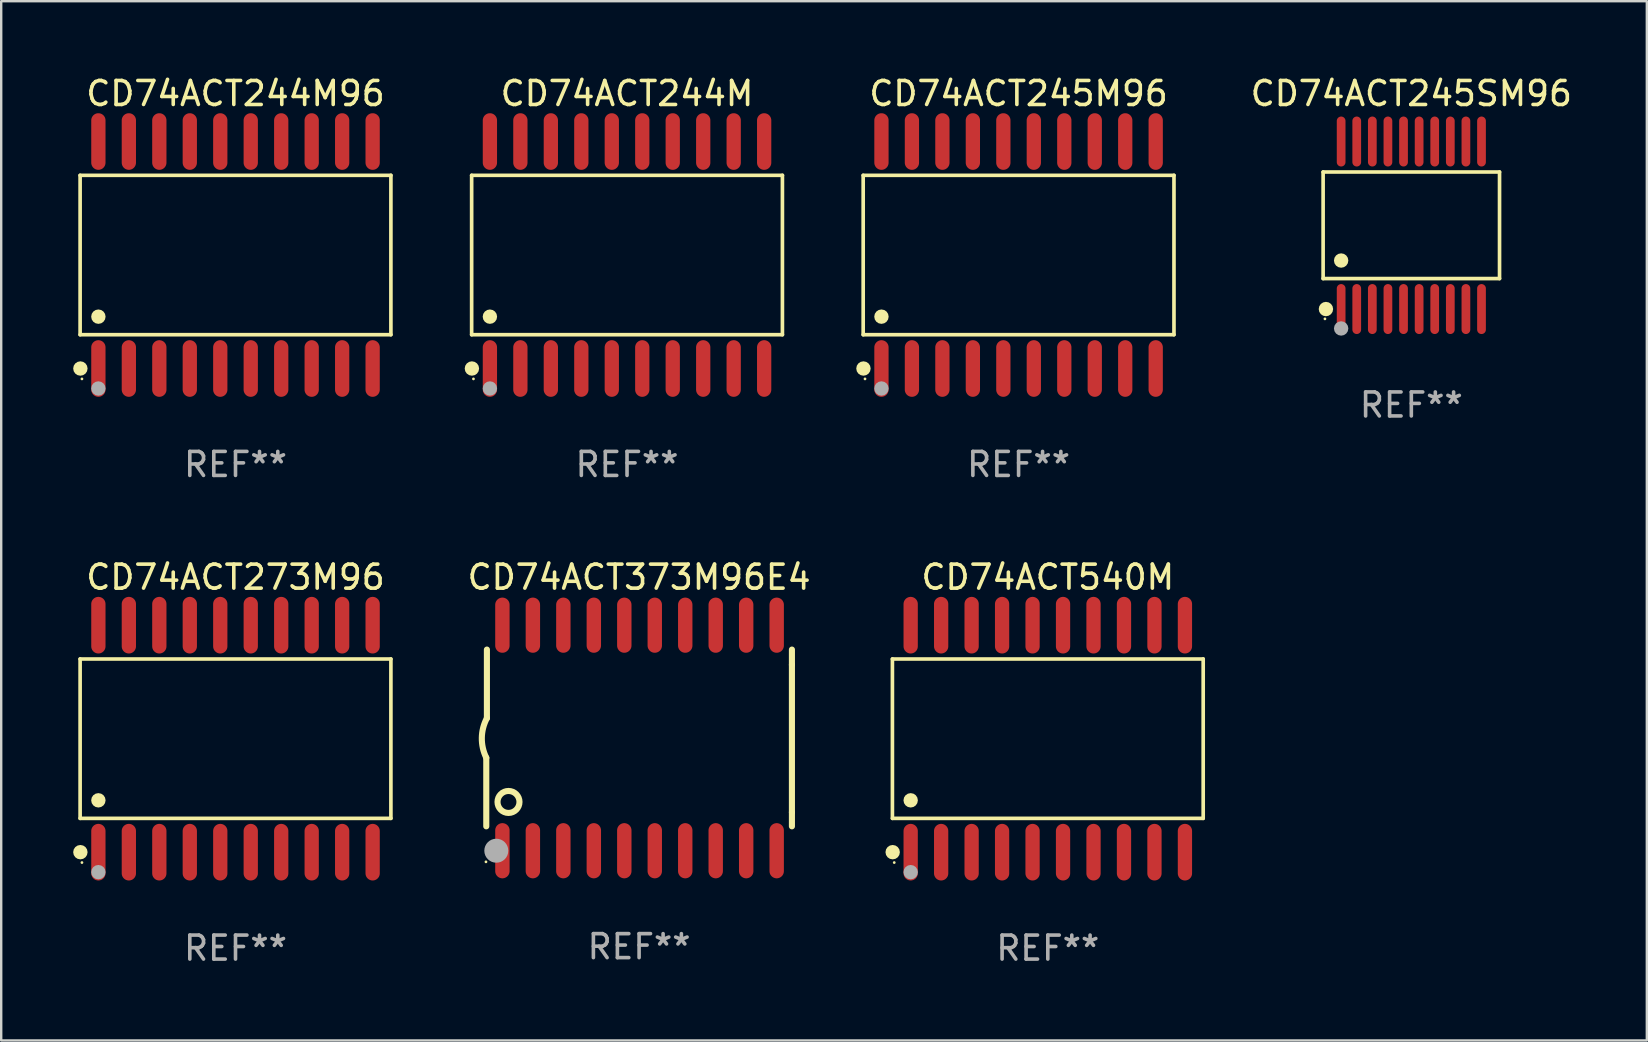
<source format=kicad_pcb>
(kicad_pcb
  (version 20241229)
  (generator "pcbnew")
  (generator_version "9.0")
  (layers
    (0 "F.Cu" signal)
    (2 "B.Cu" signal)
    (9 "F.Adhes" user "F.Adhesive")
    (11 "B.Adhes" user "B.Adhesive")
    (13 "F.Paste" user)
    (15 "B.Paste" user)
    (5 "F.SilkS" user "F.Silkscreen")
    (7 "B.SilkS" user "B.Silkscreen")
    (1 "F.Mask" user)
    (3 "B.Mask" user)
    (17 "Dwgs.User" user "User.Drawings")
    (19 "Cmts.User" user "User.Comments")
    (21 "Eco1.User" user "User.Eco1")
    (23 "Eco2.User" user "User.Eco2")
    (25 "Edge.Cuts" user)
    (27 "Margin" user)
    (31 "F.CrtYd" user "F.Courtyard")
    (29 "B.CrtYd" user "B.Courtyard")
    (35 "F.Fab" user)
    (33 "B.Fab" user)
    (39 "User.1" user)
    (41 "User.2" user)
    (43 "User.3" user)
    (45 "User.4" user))
  (footprint "CD74ACT245M96"
    (layer "F.Cu")
    (at 39.4 7.578)
    (property "Reference" "CD74ACT245M96" (at 0 -6.73 0) (layer "F.SilkS") (effects (font (size 1 1) (thickness 0.15))))
    (attr through_hole)
    (fp_line (start -6.476 -3.321) (end 6.476 -3.321) (stroke (width 0.152) (type solid)) (layer "F.SilkS"))
    (fp_line (start -6.476 3.321) (end -6.476 -3.321) (stroke (width 0.152) (type solid)) (layer "F.SilkS"))
    (fp_line (start 6.476 -3.321) (end 6.476 3.321) (stroke (width 0.152) (type solid)) (layer "F.SilkS"))
    (fp_line (start 6.476 3.321) (end -6.476 3.321) (stroke (width 0.152) (type solid)) (layer "F.SilkS"))
    (fp_circle (center -6.465 4.73) (end -6.315 4.73) (stroke (width 0.3) (type solid)) (fill no) (layer "F.SilkS"))
    (fp_circle (center -6.4 5.163) (end -6.37 5.163) (stroke (width 0.06) (type solid)) (fill no) (layer "F.SilkS"))
    (fp_circle (center -5.715 2.569) (end -5.565 2.569) (stroke (width 0.3) (type solid)) (fill no) (layer "F.SilkS"))
    (fp_circle (center -5.715 5.563) (end -5.565 5.563) (stroke (width 0.3) (type solid)) (fill no) (layer "F.Fab"))
    (fp_text user "REF**" (at 0 8.73 0) (layer "F.Fab") (effects (font (size 1 1) (thickness 0.15))))
    (pad "1" smd oval (at -5.715 4.73) (size 0.595 2.36) (layers "F.Cu" "F.Mask" "F.Paste"))
    (pad "2" smd oval (at -4.445 4.73) (size 0.595 2.36) (layers "F.Cu" "F.Mask" "F.Paste"))
    (pad "3" smd oval (at -3.175 4.73) (size 0.595 2.36) (layers "F.Cu" "F.Mask" "F.Paste"))
    (pad "4" smd oval (at -1.905 4.73) (size 0.595 2.36) (layers "F.Cu" "F.Mask" "F.Paste"))
    (pad "5" smd oval (at -0.635 4.73) (size 0.595 2.36) (layers "F.Cu" "F.Mask" "F.Paste"))
    (pad "6" smd oval (at 0.635 4.73) (size 0.595 2.36) (layers "F.Cu" "F.Mask" "F.Paste"))
    (pad "7" smd oval (at 1.905 4.73) (size 0.595 2.36) (layers "F.Cu" "F.Mask" "F.Paste"))
    (pad "8" smd oval (at 3.175 4.73) (size 0.595 2.36) (layers "F.Cu" "F.Mask" "F.Paste"))
    (pad "9" smd oval (at 4.445 4.73) (size 0.595 2.36) (layers "F.Cu" "F.Mask" "F.Paste"))
    (pad "10" smd oval (at 5.715 4.73) (size 0.595 2.36) (layers "F.Cu" "F.Mask" "F.Paste"))
    (pad "11" smd oval (at 5.715 -4.73) (size 0.595 2.36) (layers "F.Cu" "F.Mask" "F.Paste"))
    (pad "12" smd oval (at 4.445 -4.73) (size 0.595 2.36) (layers "F.Cu" "F.Mask" "F.Paste"))
    (pad "13" smd oval (at 3.175 -4.73) (size 0.595 2.36) (layers "F.Cu" "F.Mask" "F.Paste"))
    (pad "14" smd oval (at 1.905 -4.73) (size 0.595 2.36) (layers "F.Cu" "F.Mask" "F.Paste"))
    (pad "15" smd oval (at 0.635 -4.73) (size 0.595 2.36) (layers "F.Cu" "F.Mask" "F.Paste"))
    (pad "16" smd oval (at -0.635 -4.73) (size 0.595 2.36) (layers "F.Cu" "F.Mask" "F.Paste"))
    (pad "17" smd oval (at -1.905 -4.73) (size 0.595 2.36) (layers "F.Cu" "F.Mask" "F.Paste"))
    (pad "18" smd oval (at -3.175 -4.73) (size 0.595 2.36) (layers "F.Cu" "F.Mask" "F.Paste"))
    (pad "19" smd oval (at -4.445 -4.73) (size 0.595 2.36) (layers "F.Cu" "F.Mask" "F.Paste"))
    (pad "20" smd oval (at -5.715 -4.73) (size 0.595 2.36) (layers "F.Cu" "F.Mask" "F.Paste")))
  (footprint "CD74ACT244M"
    (layer "F.Cu")
    (at 23.082 7.578)
    (property "Reference" "CD74ACT244M" (at 0 -6.73 0) (layer "F.SilkS") (effects (font (size 1 1) (thickness 0.15))))
    (attr through_hole)
    (fp_line (start -6.476 -3.321) (end 6.476 -3.321) (stroke (width 0.152) (type solid)) (layer "F.SilkS"))
    (fp_line (start -6.476 3.321) (end -6.476 -3.321) (stroke (width 0.152) (type solid)) (layer "F.SilkS"))
    (fp_line (start 6.476 -3.321) (end 6.476 3.321) (stroke (width 0.152) (type solid)) (layer "F.SilkS"))
    (fp_line (start 6.476 3.321) (end -6.476 3.321) (stroke (width 0.152) (type solid)) (layer "F.SilkS"))
    (fp_circle (center -6.465 4.73) (end -6.315 4.73) (stroke (width 0.3) (type solid)) (fill no) (layer "F.SilkS"))
    (fp_circle (center -6.4 5.163) (end -6.37 5.163) (stroke (width 0.06) (type solid)) (fill no) (layer "F.SilkS"))
    (fp_circle (center -5.715 2.569) (end -5.565 2.569) (stroke (width 0.3) (type solid)) (fill no) (layer "F.SilkS"))
    (fp_circle (center -5.715 5.563) (end -5.565 5.563) (stroke (width 0.3) (type solid)) (fill no) (layer "F.Fab"))
    (fp_text user "REF**" (at 0 8.73 0) (layer "F.Fab") (effects (font (size 1 1) (thickness 0.15))))
    (pad "1" smd oval (at -5.715 4.73) (size 0.595 2.36) (layers "F.Cu" "F.Mask" "F.Paste"))
    (pad "2" smd oval (at -4.445 4.73) (size 0.595 2.36) (layers "F.Cu" "F.Mask" "F.Paste"))
    (pad "3" smd oval (at -3.175 4.73) (size 0.595 2.36) (layers "F.Cu" "F.Mask" "F.Paste"))
    (pad "4" smd oval (at -1.905 4.73) (size 0.595 2.36) (layers "F.Cu" "F.Mask" "F.Paste"))
    (pad "5" smd oval (at -0.635 4.73) (size 0.595 2.36) (layers "F.Cu" "F.Mask" "F.Paste"))
    (pad "6" smd oval (at 0.635 4.73) (size 0.595 2.36) (layers "F.Cu" "F.Mask" "F.Paste"))
    (pad "7" smd oval (at 1.905 4.73) (size 0.595 2.36) (layers "F.Cu" "F.Mask" "F.Paste"))
    (pad "8" smd oval (at 3.175 4.73) (size 0.595 2.36) (layers "F.Cu" "F.Mask" "F.Paste"))
    (pad "9" smd oval (at 4.445 4.73) (size 0.595 2.36) (layers "F.Cu" "F.Mask" "F.Paste"))
    (pad "10" smd oval (at 5.715 4.73) (size 0.595 2.36) (layers "F.Cu" "F.Mask" "F.Paste"))
    (pad "11" smd oval (at 5.715 -4.73) (size 0.595 2.36) (layers "F.Cu" "F.Mask" "F.Paste"))
    (pad "12" smd oval (at 4.445 -4.73) (size 0.595 2.36) (layers "F.Cu" "F.Mask" "F.Paste"))
    (pad "13" smd oval (at 3.175 -4.73) (size 0.595 2.36) (layers "F.Cu" "F.Mask" "F.Paste"))
    (pad "14" smd oval (at 1.905 -4.73) (size 0.595 2.36) (layers "F.Cu" "F.Mask" "F.Paste"))
    (pad "15" smd oval (at 0.635 -4.73) (size 0.595 2.36) (layers "F.Cu" "F.Mask" "F.Paste"))
    (pad "16" smd oval (at -0.635 -4.73) (size 0.595 2.36) (layers "F.Cu" "F.Mask" "F.Paste"))
    (pad "17" smd oval (at -1.905 -4.73) (size 0.595 2.36) (layers "F.Cu" "F.Mask" "F.Paste"))
    (pad "18" smd oval (at -3.175 -4.73) (size 0.595 2.36) (layers "F.Cu" "F.Mask" "F.Paste"))
    (pad "19" smd oval (at -4.445 -4.73) (size 0.595 2.36) (layers "F.Cu" "F.Mask" "F.Paste"))
    (pad "20" smd oval (at -5.715 -4.73) (size 0.595 2.36) (layers "F.Cu" "F.Mask" "F.Paste")))
  (footprint "CD74ACT244M96"
    (layer "F.Cu")
    (at 6.765 7.578)
    (property "Reference" "CD74ACT244M96" (at 0 -6.73 0) (layer "F.SilkS") (effects (font (size 1 1) (thickness 0.15))))
    (attr through_hole)
    (fp_line (start -6.476 -3.321) (end 6.476 -3.321) (stroke (width 0.152) (type solid)) (layer "F.SilkS"))
    (fp_line (start -6.476 3.321) (end -6.476 -3.321) (stroke (width 0.152) (type solid)) (layer "F.SilkS"))
    (fp_line (start 6.476 -3.321) (end 6.476 3.321) (stroke (width 0.152) (type solid)) (layer "F.SilkS"))
    (fp_line (start 6.476 3.321) (end -6.476 3.321) (stroke (width 0.152) (type solid)) (layer "F.SilkS"))
    (fp_circle (center -6.465 4.73) (end -6.315 4.73) (stroke (width 0.3) (type solid)) (fill no) (layer "F.SilkS"))
    (fp_circle (center -6.4 5.163) (end -6.37 5.163) (stroke (width 0.06) (type solid)) (fill no) (layer "F.SilkS"))
    (fp_circle (center -5.715 2.569) (end -5.565 2.569) (stroke (width 0.3) (type solid)) (fill no) (layer "F.SilkS"))
    (fp_circle (center -5.715 5.563) (end -5.565 5.563) (stroke (width 0.3) (type solid)) (fill no) (layer "F.Fab"))
    (fp_text user "REF**" (at 0 8.73 0) (layer "F.Fab") (effects (font (size 1 1) (thickness 0.15))))
    (pad "1" smd oval (at -5.715 4.73) (size 0.595 2.36) (layers "F.Cu" "F.Mask" "F.Paste"))
    (pad "2" smd oval (at -4.445 4.73) (size 0.595 2.36) (layers "F.Cu" "F.Mask" "F.Paste"))
    (pad "3" smd oval (at -3.175 4.73) (size 0.595 2.36) (layers "F.Cu" "F.Mask" "F.Paste"))
    (pad "4" smd oval (at -1.905 4.73) (size 0.595 2.36) (layers "F.Cu" "F.Mask" "F.Paste"))
    (pad "5" smd oval (at -0.635 4.73) (size 0.595 2.36) (layers "F.Cu" "F.Mask" "F.Paste"))
    (pad "6" smd oval (at 0.635 4.73) (size 0.595 2.36) (layers "F.Cu" "F.Mask" "F.Paste"))
    (pad "7" smd oval (at 1.905 4.73) (size 0.595 2.36) (layers "F.Cu" "F.Mask" "F.Paste"))
    (pad "8" smd oval (at 3.175 4.73) (size 0.595 2.36) (layers "F.Cu" "F.Mask" "F.Paste"))
    (pad "9" smd oval (at 4.445 4.73) (size 0.595 2.36) (layers "F.Cu" "F.Mask" "F.Paste"))
    (pad "10" smd oval (at 5.715 4.73) (size 0.595 2.36) (layers "F.Cu" "F.Mask" "F.Paste"))
    (pad "11" smd oval (at 5.715 -4.73) (size 0.595 2.36) (layers "F.Cu" "F.Mask" "F.Paste"))
    (pad "12" smd oval (at 4.445 -4.73) (size 0.595 2.36) (layers "F.Cu" "F.Mask" "F.Paste"))
    (pad "13" smd oval (at 3.175 -4.73) (size 0.595 2.36) (layers "F.Cu" "F.Mask" "F.Paste"))
    (pad "14" smd oval (at 1.905 -4.73) (size 0.595 2.36) (layers "F.Cu" "F.Mask" "F.Paste"))
    (pad "15" smd oval (at 0.635 -4.73) (size 0.595 2.36) (layers "F.Cu" "F.Mask" "F.Paste"))
    (pad "16" smd oval (at -0.635 -4.73) (size 0.595 2.36) (layers "F.Cu" "F.Mask" "F.Paste"))
    (pad "17" smd oval (at -1.905 -4.73) (size 0.595 2.36) (layers "F.Cu" "F.Mask" "F.Paste"))
    (pad "18" smd oval (at -3.175 -4.73) (size 0.595 2.36) (layers "F.Cu" "F.Mask" "F.Paste"))
    (pad "19" smd oval (at -4.445 -4.73) (size 0.595 2.36) (layers "F.Cu" "F.Mask" "F.Paste"))
    (pad "20" smd oval (at -5.715 -4.73) (size 0.595 2.36) (layers "F.Cu" "F.Mask" "F.Paste")))
  (footprint "CD74ACT540M"
    (layer "F.Cu")
    (at 40.618 27.735)
    (property "Reference" "CD74ACT540M" (at 0 -6.73 0) (layer "F.SilkS") (effects (font (size 1 1) (thickness 0.15))))
    (attr through_hole)
    (fp_line (start -6.476 -3.321) (end 6.476 -3.321) (stroke (width 0.152) (type solid)) (layer "F.SilkS"))
    (fp_line (start -6.476 3.321) (end -6.476 -3.321) (stroke (width 0.152) (type solid)) (layer "F.SilkS"))
    (fp_line (start 6.476 -3.321) (end 6.476 3.321) (stroke (width 0.152) (type solid)) (layer "F.SilkS"))
    (fp_line (start 6.476 3.321) (end -6.476 3.321) (stroke (width 0.152) (type solid)) (layer "F.SilkS"))
    (fp_circle (center -6.465 4.73) (end -6.315 4.73) (stroke (width 0.3) (type solid)) (fill no) (layer "F.SilkS"))
    (fp_circle (center -6.4 5.163) (end -6.37 5.163) (stroke (width 0.06) (type solid)) (fill no) (layer "F.SilkS"))
    (fp_circle (center -5.715 2.569) (end -5.565 2.569) (stroke (width 0.3) (type solid)) (fill no) (layer "F.SilkS"))
    (fp_circle (center -5.715 5.563) (end -5.565 5.563) (stroke (width 0.3) (type solid)) (fill no) (layer "F.Fab"))
    (fp_text user "REF**" (at 0 8.73 0) (layer "F.Fab") (effects (font (size 1 1) (thickness 0.15))))
    (pad "1" smd oval (at -5.715 4.73) (size 0.595 2.36) (layers "F.Cu" "F.Mask" "F.Paste"))
    (pad "2" smd oval (at -4.445 4.73) (size 0.595 2.36) (layers "F.Cu" "F.Mask" "F.Paste"))
    (pad "3" smd oval (at -3.175 4.73) (size 0.595 2.36) (layers "F.Cu" "F.Mask" "F.Paste"))
    (pad "4" smd oval (at -1.905 4.73) (size 0.595 2.36) (layers "F.Cu" "F.Mask" "F.Paste"))
    (pad "5" smd oval (at -0.635 4.73) (size 0.595 2.36) (layers "F.Cu" "F.Mask" "F.Paste"))
    (pad "6" smd oval (at 0.635 4.73) (size 0.595 2.36) (layers "F.Cu" "F.Mask" "F.Paste"))
    (pad "7" smd oval (at 1.905 4.73) (size 0.595 2.36) (layers "F.Cu" "F.Mask" "F.Paste"))
    (pad "8" smd oval (at 3.175 4.73) (size 0.595 2.36) (layers "F.Cu" "F.Mask" "F.Paste"))
    (pad "9" smd oval (at 4.445 4.73) (size 0.595 2.36) (layers "F.Cu" "F.Mask" "F.Paste"))
    (pad "10" smd oval (at 5.715 4.73) (size 0.595 2.36) (layers "F.Cu" "F.Mask" "F.Paste"))
    (pad "11" smd oval (at 5.715 -4.73) (size 0.595 2.36) (layers "F.Cu" "F.Mask" "F.Paste"))
    (pad "12" smd oval (at 4.445 -4.73) (size 0.595 2.36) (layers "F.Cu" "F.Mask" "F.Paste"))
    (pad "13" smd oval (at 3.175 -4.73) (size 0.595 2.36) (layers "F.Cu" "F.Mask" "F.Paste"))
    (pad "14" smd oval (at 1.905 -4.73) (size 0.595 2.36) (layers "F.Cu" "F.Mask" "F.Paste"))
    (pad "15" smd oval (at 0.635 -4.73) (size 0.595 2.36) (layers "F.Cu" "F.Mask" "F.Paste"))
    (pad "16" smd oval (at -0.635 -4.73) (size 0.595 2.36) (layers "F.Cu" "F.Mask" "F.Paste"))
    (pad "17" smd oval (at -1.905 -4.73) (size 0.595 2.36) (layers "F.Cu" "F.Mask" "F.Paste"))
    (pad "18" smd oval (at -3.175 -4.73) (size 0.595 2.36) (layers "F.Cu" "F.Mask" "F.Paste"))
    (pad "19" smd oval (at -4.445 -4.73) (size 0.595 2.36) (layers "F.Cu" "F.Mask" "F.Paste"))
    (pad "20" smd oval (at -5.715 -4.73) (size 0.595 2.36) (layers "F.Cu" "F.Mask" "F.Paste")))
  (footprint "CD74ACT373M96E4"
    (layer "F.Cu")
    (at 23.585 27.705)
    (property "Reference" "CD74ACT373M96E4" (at 0 -6.7 0) (layer "F.SilkS") (effects (font (size 1 1) (thickness 0.15))))
    (attr through_hole)
    (fp_line (start -6.369 0.826) (end -6.369 3.683) (stroke (width 0.254) (type solid)) (layer "F.SilkS"))
    (fp_line (start -6.343 -0.825) (end -6.343 -3.683) (stroke (width 0.254) (type solid)) (layer "F.SilkS"))
    (fp_line (start 6.369 -3.048) (end 6.369 -3.683) (stroke (width 0.254) (type solid)) (layer "F.SilkS"))
    (fp_line (start 6.369 -3.048) (end 6.369 3.096) (stroke (width 0.254) (type solid)) (layer "F.SilkS"))
    (fp_line (start 6.369 3.096) (end 6.369 3.683) (stroke (width 0.254) (type solid)) (layer "F.SilkS"))
    (fp_arc (start -6.36853 0.825552) (mid -6.554743 -0.00301) (end -6.343129 -0.825451) (stroke (width 0.254001) (type solid)) (layer "F.SilkS"))
    (fp_circle (center -6.382 5.163) (end -6.352 5.163) (stroke (width 0.06) (type solid)) (fill no) (layer "F.SilkS"))
    (fp_circle (center -5.443 2.667) (end -4.985 2.667) (stroke (width 0.254) (type solid)) (fill no) (layer "F.SilkS"))
    (fp_circle (center -5.951 4.699) (end -5.701 4.699) (stroke (width 0.5) (type solid)) (fill no) (layer "F.Fab"))
    (fp_text user "REF**" (at 0 8.7 0) (layer "F.Fab") (effects (font (size 1 1) (thickness 0.15))))
    (pad "1" smd oval (at -5.697 4.7 180) (size 0.6 2.3) (layers "F.Cu" "F.Mask" "F.Paste"))
    (pad "2" smd oval (at -4.427 4.7 180) (size 0.6 2.3) (layers "F.Cu" "F.Mask" "F.Paste"))
    (pad "3" smd oval (at -3.157 4.7 180) (size 0.6 2.3) (layers "F.Cu" "F.Mask" "F.Paste"))
    (pad "4" smd oval (at -1.887 4.7 180) (size 0.6 2.3) (layers "F.Cu" "F.Mask" "F.Paste"))
    (pad "5" smd oval (at -0.617 4.7 180) (size 0.6 2.3) (layers "F.Cu" "F.Mask" "F.Paste"))
    (pad "6" smd oval (at 0.653 4.7 180) (size 0.6 2.3) (layers "F.Cu" "F.Mask" "F.Paste"))
    (pad "7" smd oval (at 1.923 4.7 180) (size 0.6 2.3) (layers "F.Cu" "F.Mask" "F.Paste"))
    (pad "8" smd oval (at 3.193 4.7 180) (size 0.6 2.3) (layers "F.Cu" "F.Mask" "F.Paste"))
    (pad "9" smd oval (at 4.463 4.7 180) (size 0.6 2.3) (layers "F.Cu" "F.Mask" "F.Paste"))
    (pad "10" smd oval (at 5.734 4.7 180) (size 0.6 2.3) (layers "F.Cu" "F.Mask" "F.Paste"))
    (pad "11" smd oval (at 5.734 -4.7 180) (size 0.6 2.3) (layers "F.Cu" "F.Mask" "F.Paste"))
    (pad "12" smd oval (at 4.463 -4.7 180) (size 0.6 2.3) (layers "F.Cu" "F.Mask" "F.Paste"))
    (pad "13" smd oval (at 3.193 -4.7 180) (size 0.6 2.3) (layers "F.Cu" "F.Mask" "F.Paste"))
    (pad "14" smd oval (at 1.923 -4.7 180) (size 0.6 2.3) (layers "F.Cu" "F.Mask" "F.Paste"))
    (pad "15" smd oval (at 0.653 -4.7 180) (size 0.6 2.3) (layers "F.Cu" "F.Mask" "F.Paste"))
    (pad "16" smd oval (at -0.617 -4.7 180) (size 0.6 2.3) (layers "F.Cu" "F.Mask" "F.Paste"))
    (pad "17" smd oval (at -1.887 -4.7 180) (size 0.6 2.3) (layers "F.Cu" "F.Mask" "F.Paste"))
    (pad "18" smd oval (at -3.157 -4.7 180) (size 0.6 2.3) (layers "F.Cu" "F.Mask" "F.Paste"))
    (pad "19" smd oval (at -4.427 -4.7 180) (size 0.6 2.3) (layers "F.Cu" "F.Mask" "F.Paste"))
    (pad "20" smd oval (at -5.697 -4.7 180) (size 0.6 2.3) (layers "F.Cu" "F.Mask" "F.Paste")))
  (footprint "CD74ACT245SM96"
    (layer "F.Cu")
    (at 55.768 6.339)
    (property "Reference" "CD74ACT245SM96" (at 0 -5.491 0) (layer "F.SilkS") (effects (font (size 1 1) (thickness 0.15))))
    (attr through_hole)
    (fp_line (start -3.676 -2.221) (end 3.676 -2.221) (stroke (width 0.152) (type solid)) (layer "F.SilkS"))
    (fp_line (start -3.676 2.221) (end -3.676 -2.221) (stroke (width 0.152) (type solid)) (layer "F.SilkS"))
    (fp_line (start 3.676 -2.221) (end 3.676 2.221) (stroke (width 0.152) (type solid)) (layer "F.SilkS"))
    (fp_line (start 3.676 2.221) (end -3.676 2.221) (stroke (width 0.152) (type solid)) (layer "F.SilkS"))
    (fp_circle (center -3.6 3.9) (end -3.57 3.9) (stroke (width 0.06) (type solid)) (fill no) (layer "F.SilkS"))
    (fp_circle (center -3.559 3.491) (end -3.409 3.491) (stroke (width 0.3) (type solid)) (fill no) (layer "F.SilkS"))
    (fp_circle (center -2.925 1.469) (end -2.775 1.469) (stroke (width 0.3) (type solid)) (fill no) (layer "F.SilkS"))
    (fp_circle (center -2.925 4.3) (end -2.775 4.3) (stroke (width 0.3) (type solid)) (fill no) (layer "F.Fab"))
    (fp_text user "REF**" (at 0 7.491 0) (layer "F.Fab") (effects (font (size 1 1) (thickness 0.15))))
    (pad "1" smd oval (at -2.925 3.491) (size 0.364 2.082) (layers "F.Cu" "F.Mask" "F.Paste"))
    (pad "2" smd oval (at -2.275 3.491) (size 0.364 2.082) (layers "F.Cu" "F.Mask" "F.Paste"))
    (pad "3" smd oval (at -1.625 3.491) (size 0.364 2.082) (layers "F.Cu" "F.Mask" "F.Paste"))
    (pad "4" smd oval (at -0.975 3.491) (size 0.364 2.082) (layers "F.Cu" "F.Mask" "F.Paste"))
    (pad "5" smd oval (at -0.325 3.491) (size 0.364 2.082) (layers "F.Cu" "F.Mask" "F.Paste"))
    (pad "6" smd oval (at 0.325 3.491) (size 0.364 2.082) (layers "F.Cu" "F.Mask" "F.Paste"))
    (pad "7" smd oval (at 0.975 3.491) (size 0.364 2.082) (layers "F.Cu" "F.Mask" "F.Paste"))
    (pad "8" smd oval (at 1.625 3.491) (size 0.364 2.082) (layers "F.Cu" "F.Mask" "F.Paste"))
    (pad "9" smd oval (at 2.275 3.491) (size 0.364 2.082) (layers "F.Cu" "F.Mask" "F.Paste"))
    (pad "10" smd oval (at 2.925 3.491) (size 0.364 2.082) (layers "F.Cu" "F.Mask" "F.Paste"))
    (pad "11" smd oval (at 2.925 -3.491) (size 0.364 2.082) (layers "F.Cu" "F.Mask" "F.Paste"))
    (pad "12" smd oval (at 2.275 -3.491) (size 0.364 2.082) (layers "F.Cu" "F.Mask" "F.Paste"))
    (pad "13" smd oval (at 1.625 -3.491) (size 0.364 2.082) (layers "F.Cu" "F.Mask" "F.Paste"))
    (pad "14" smd oval (at 0.975 -3.491) (size 0.364 2.082) (layers "F.Cu" "F.Mask" "F.Paste"))
    (pad "15" smd oval (at 0.325 -3.491) (size 0.364 2.082) (layers "F.Cu" "F.Mask" "F.Paste"))
    (pad "16" smd oval (at -0.325 -3.491) (size 0.364 2.082) (layers "F.Cu" "F.Mask" "F.Paste"))
    (pad "17" smd oval (at -0.975 -3.491) (size 0.364 2.082) (layers "F.Cu" "F.Mask" "F.Paste"))
    (pad "18" smd oval (at -1.625 -3.491) (size 0.364 2.082) (layers "F.Cu" "F.Mask" "F.Paste"))
    (pad "19" smd oval (at -2.275 -3.491) (size 0.364 2.082) (layers "F.Cu" "F.Mask" "F.Paste"))
    (pad "20" smd oval (at -2.925 -3.491) (size 0.364 2.082) (layers "F.Cu" "F.Mask" "F.Paste")))
  (footprint "CD74ACT273M96"
    (layer "F.Cu")
    (at 6.765 27.735)
    (property "Reference" "CD74ACT273M96" (at 0 -6.73 0) (layer "F.SilkS") (effects (font (size 1 1) (thickness 0.15))))
    (attr through_hole)
    (fp_line (start -6.476 -3.321) (end 6.476 -3.321) (stroke (width 0.152) (type solid)) (layer "F.SilkS"))
    (fp_line (start -6.476 3.321) (end -6.476 -3.321) (stroke (width 0.152) (type solid)) (layer "F.SilkS"))
    (fp_line (start 6.476 -3.321) (end 6.476 3.321) (stroke (width 0.152) (type solid)) (layer "F.SilkS"))
    (fp_line (start 6.476 3.321) (end -6.476 3.321) (stroke (width 0.152) (type solid)) (layer "F.SilkS"))
    (fp_circle (center -6.465 4.73) (end -6.315 4.73) (stroke (width 0.3) (type solid)) (fill no) (layer "F.SilkS"))
    (fp_circle (center -6.4 5.163) (end -6.37 5.163) (stroke (width 0.06) (type solid)) (fill no) (layer "F.SilkS"))
    (fp_circle (center -5.715 2.569) (end -5.565 2.569) (stroke (width 0.3) (type solid)) (fill no) (layer "F.SilkS"))
    (fp_circle (center -5.715 5.563) (end -5.565 5.563) (stroke (width 0.3) (type solid)) (fill no) (layer "F.Fab"))
    (fp_text user "REF**" (at 0 8.73 0) (layer "F.Fab") (effects (font (size 1 1) (thickness 0.15))))
    (pad "1" smd oval (at -5.715 4.73) (size 0.595 2.36) (layers "F.Cu" "F.Mask" "F.Paste"))
    (pad "2" smd oval (at -4.445 4.73) (size 0.595 2.36) (layers "F.Cu" "F.Mask" "F.Paste"))
    (pad "3" smd oval (at -3.175 4.73) (size 0.595 2.36) (layers "F.Cu" "F.Mask" "F.Paste"))
    (pad "4" smd oval (at -1.905 4.73) (size 0.595 2.36) (layers "F.Cu" "F.Mask" "F.Paste"))
    (pad "5" smd oval (at -0.635 4.73) (size 0.595 2.36) (layers "F.Cu" "F.Mask" "F.Paste"))
    (pad "6" smd oval (at 0.635 4.73) (size 0.595 2.36) (layers "F.Cu" "F.Mask" "F.Paste"))
    (pad "7" smd oval (at 1.905 4.73) (size 0.595 2.36) (layers "F.Cu" "F.Mask" "F.Paste"))
    (pad "8" smd oval (at 3.175 4.73) (size 0.595 2.36) (layers "F.Cu" "F.Mask" "F.Paste"))
    (pad "9" smd oval (at 4.445 4.73) (size 0.595 2.36) (layers "F.Cu" "F.Mask" "F.Paste"))
    (pad "10" smd oval (at 5.715 4.73) (size 0.595 2.36) (layers "F.Cu" "F.Mask" "F.Paste"))
    (pad "11" smd oval (at 5.715 -4.73) (size 0.595 2.36) (layers "F.Cu" "F.Mask" "F.Paste"))
    (pad "12" smd oval (at 4.445 -4.73) (size 0.595 2.36) (layers "F.Cu" "F.Mask" "F.Paste"))
    (pad "13" smd oval (at 3.175 -4.73) (size 0.595 2.36) (layers "F.Cu" "F.Mask" "F.Paste"))
    (pad "14" smd oval (at 1.905 -4.73) (size 0.595 2.36) (layers "F.Cu" "F.Mask" "F.Paste"))
    (pad "15" smd oval (at 0.635 -4.73) (size 0.595 2.36) (layers "F.Cu" "F.Mask" "F.Paste"))
    (pad "16" smd oval (at -0.635 -4.73) (size 0.595 2.36) (layers "F.Cu" "F.Mask" "F.Paste"))
    (pad "17" smd oval (at -1.905 -4.73) (size 0.595 2.36) (layers "F.Cu" "F.Mask" "F.Paste"))
    (pad "18" smd oval (at -3.175 -4.73) (size 0.595 2.36) (layers "F.Cu" "F.Mask" "F.Paste"))
    (pad "19" smd oval (at -4.445 -4.73) (size 0.595 2.36) (layers "F.Cu" "F.Mask" "F.Paste"))
    (pad "20" smd oval (at -5.715 -4.73) (size 0.595 2.36) (layers "F.Cu" "F.Mask" "F.Paste")))
  (gr_rect
    (start -3 -3)
    (end 65.583 40.313)
    (stroke (width 0.1) (type default))
    (fill no)
    (layer "Edge.Cuts")))
</source>
